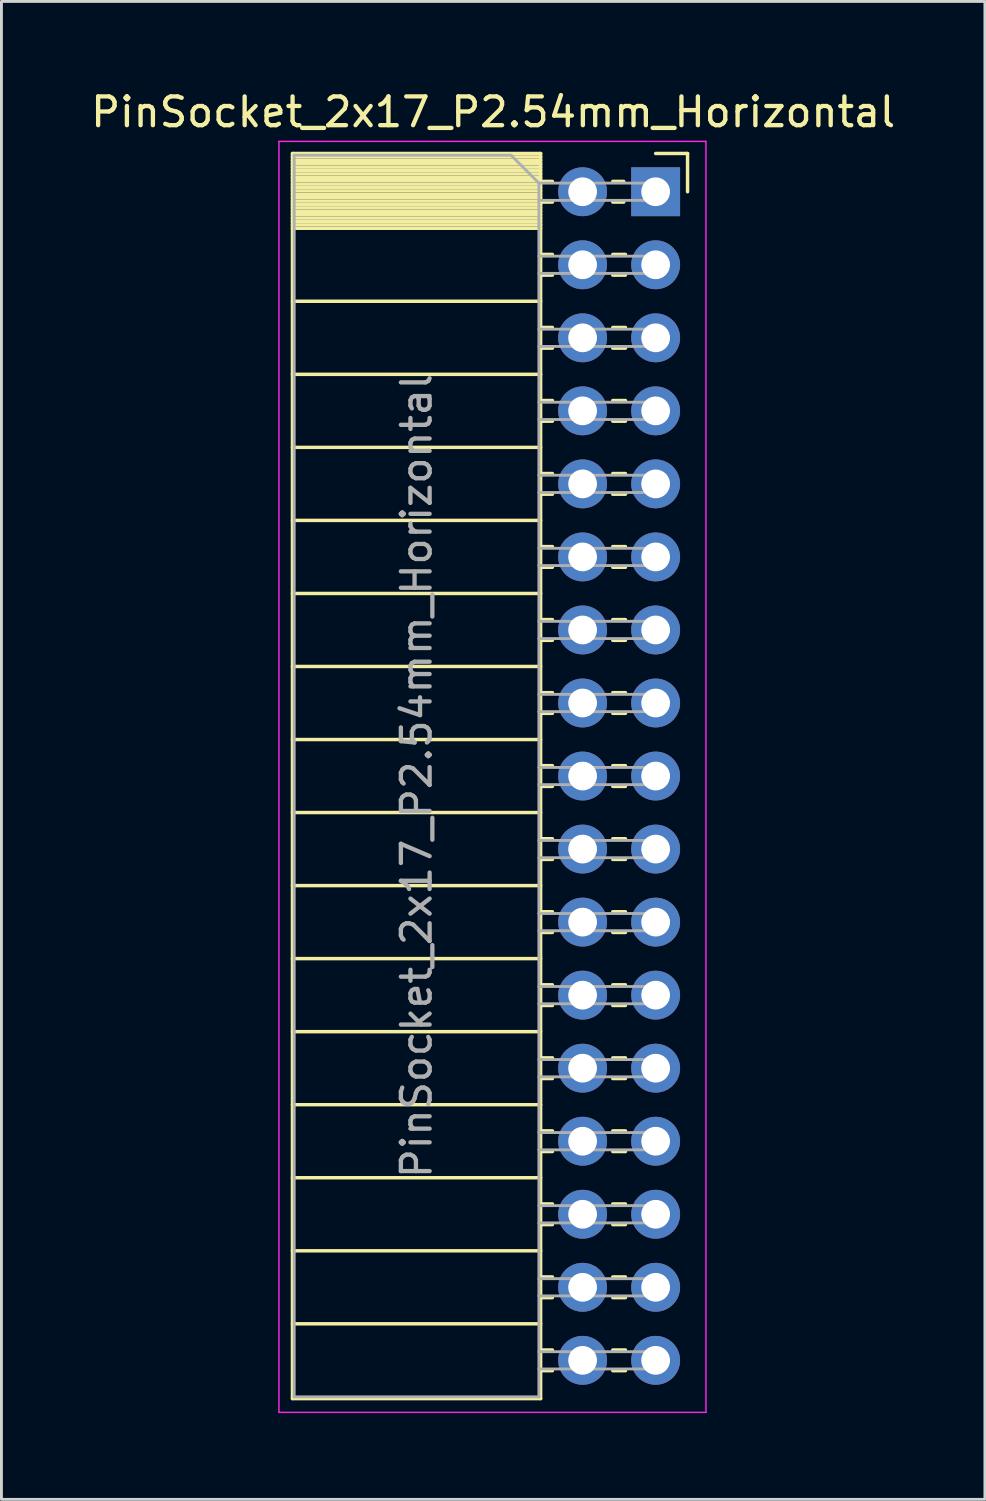
<source format=kicad_pcb>
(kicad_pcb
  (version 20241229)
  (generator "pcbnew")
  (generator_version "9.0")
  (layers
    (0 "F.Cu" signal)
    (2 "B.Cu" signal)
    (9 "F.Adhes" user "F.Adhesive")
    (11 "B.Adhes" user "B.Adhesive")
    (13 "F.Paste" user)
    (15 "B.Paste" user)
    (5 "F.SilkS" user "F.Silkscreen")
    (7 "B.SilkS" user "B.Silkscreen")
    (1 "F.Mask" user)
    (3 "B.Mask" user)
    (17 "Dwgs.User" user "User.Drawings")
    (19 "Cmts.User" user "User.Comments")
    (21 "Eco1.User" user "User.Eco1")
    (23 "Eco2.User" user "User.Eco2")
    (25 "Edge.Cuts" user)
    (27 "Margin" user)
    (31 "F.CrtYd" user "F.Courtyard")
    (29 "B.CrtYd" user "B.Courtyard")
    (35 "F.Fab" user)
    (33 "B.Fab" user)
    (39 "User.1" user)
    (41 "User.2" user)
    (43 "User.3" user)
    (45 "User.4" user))
  (footprint "PinSocket_2x17_P2.54mm_Horizontal"
    (layer "F.Cu")
    (at 19.751 3.618)
    (property "Reference" "PinSocket_2x17_P2.54mm_Horizontal" (at -5.65 -2.77 0) (layer "F.SilkS") (effects (font (size 1 1) (thickness 0.15))))
    (attr through_hole)
    (fp_line (start -12.63 -1.33) (end -12.63 41.97) (stroke (width 0.12) (type solid)) (layer "F.SilkS"))
    (fp_line (start -12.63 -1.33) (end -4 -1.33) (stroke (width 0.12) (type solid)) (layer "F.SilkS"))
    (fp_line (start -12.63 -1.21) (end -4 -1.21) (stroke (width 0.12) (type solid)) (layer "F.SilkS"))
    (fp_line (start -12.63 -1.092) (end -4 -1.092) (stroke (width 0.12) (type solid)) (layer "F.SilkS"))
    (fp_line (start -12.63 -0.974) (end -4 -0.974) (stroke (width 0.12) (type solid)) (layer "F.SilkS"))
    (fp_line (start -12.63 -0.856) (end -4 -0.856) (stroke (width 0.12) (type solid)) (layer "F.SilkS"))
    (fp_line (start -12.63 -0.738) (end -4 -0.738) (stroke (width 0.12) (type solid)) (layer "F.SilkS"))
    (fp_line (start -12.63 -0.62) (end -4 -0.62) (stroke (width 0.12) (type solid)) (layer "F.SilkS"))
    (fp_line (start -12.63 -0.501) (end -4 -0.501) (stroke (width 0.12) (type solid)) (layer "F.SilkS"))
    (fp_line (start -12.63 -0.383) (end -4 -0.383) (stroke (width 0.12) (type solid)) (layer "F.SilkS"))
    (fp_line (start -12.63 -0.265) (end -4 -0.265) (stroke (width 0.12) (type solid)) (layer "F.SilkS"))
    (fp_line (start -12.63 -0.147) (end -4 -0.147) (stroke (width 0.12) (type solid)) (layer "F.SilkS"))
    (fp_line (start -12.63 -0.029) (end -4 -0.029) (stroke (width 0.12) (type solid)) (layer "F.SilkS"))
    (fp_line (start -12.63 0.089) (end -4 0.089) (stroke (width 0.12) (type solid)) (layer "F.SilkS"))
    (fp_line (start -12.63 0.207) (end -4 0.207) (stroke (width 0.12) (type solid)) (layer "F.SilkS"))
    (fp_line (start -12.63 0.325) (end -4 0.325) (stroke (width 0.12) (type solid)) (layer "F.SilkS"))
    (fp_line (start -12.63 0.443) (end -4 0.443) (stroke (width 0.12) (type solid)) (layer "F.SilkS"))
    (fp_line (start -12.63 0.561) (end -4 0.561) (stroke (width 0.12) (type solid)) (layer "F.SilkS"))
    (fp_line (start -12.63 0.68) (end -4 0.68) (stroke (width 0.12) (type solid)) (layer "F.SilkS"))
    (fp_line (start -12.63 0.798) (end -4 0.798) (stroke (width 0.12) (type solid)) (layer "F.SilkS"))
    (fp_line (start -12.63 0.916) (end -4 0.916) (stroke (width 0.12) (type solid)) (layer "F.SilkS"))
    (fp_line (start -12.63 1.034) (end -4 1.034) (stroke (width 0.12) (type solid)) (layer "F.SilkS"))
    (fp_line (start -12.63 1.152) (end -4 1.152) (stroke (width 0.12) (type solid)) (layer "F.SilkS"))
    (fp_line (start -12.63 1.27) (end -4 1.27) (stroke (width 0.12) (type solid)) (layer "F.SilkS"))
    (fp_line (start -12.63 3.81) (end -4 3.81) (stroke (width 0.12) (type solid)) (layer "F.SilkS"))
    (fp_line (start -12.63 6.35) (end -4 6.35) (stroke (width 0.12) (type solid)) (layer "F.SilkS"))
    (fp_line (start -12.63 8.89) (end -4 8.89) (stroke (width 0.12) (type solid)) (layer "F.SilkS"))
    (fp_line (start -12.63 11.43) (end -4 11.43) (stroke (width 0.12) (type solid)) (layer "F.SilkS"))
    (fp_line (start -12.63 13.97) (end -4 13.97) (stroke (width 0.12) (type solid)) (layer "F.SilkS"))
    (fp_line (start -12.63 16.51) (end -4 16.51) (stroke (width 0.12) (type solid)) (layer "F.SilkS"))
    (fp_line (start -12.63 19.05) (end -4 19.05) (stroke (width 0.12) (type solid)) (layer "F.SilkS"))
    (fp_line (start -12.63 21.59) (end -4 21.59) (stroke (width 0.12) (type solid)) (layer "F.SilkS"))
    (fp_line (start -12.63 24.13) (end -4 24.13) (stroke (width 0.12) (type solid)) (layer "F.SilkS"))
    (fp_line (start -12.63 26.67) (end -4 26.67) (stroke (width 0.12) (type solid)) (layer "F.SilkS"))
    (fp_line (start -12.63 29.21) (end -4 29.21) (stroke (width 0.12) (type solid)) (layer "F.SilkS"))
    (fp_line (start -12.63 31.75) (end -4 31.75) (stroke (width 0.12) (type solid)) (layer "F.SilkS"))
    (fp_line (start -12.63 34.29) (end -4 34.29) (stroke (width 0.12) (type solid)) (layer "F.SilkS"))
    (fp_line (start -12.63 36.83) (end -4 36.83) (stroke (width 0.12) (type solid)) (layer "F.SilkS"))
    (fp_line (start -12.63 39.37) (end -4 39.37) (stroke (width 0.12) (type solid)) (layer "F.SilkS"))
    (fp_line (start -12.63 41.97) (end -4 41.97) (stroke (width 0.12) (type solid)) (layer "F.SilkS"))
    (fp_line (start -4 -1.33) (end -4 41.97) (stroke (width 0.12) (type solid)) (layer "F.SilkS"))
    (fp_line (start -4 -0.36) (end -3.59 -0.36) (stroke (width 0.12) (type solid)) (layer "F.SilkS"))
    (fp_line (start -4 0.36) (end -3.59 0.36) (stroke (width 0.12) (type solid)) (layer "F.SilkS"))
    (fp_line (start -4 2.18) (end -3.59 2.18) (stroke (width 0.12) (type solid)) (layer "F.SilkS"))
    (fp_line (start -4 2.9) (end -3.59 2.9) (stroke (width 0.12) (type solid)) (layer "F.SilkS"))
    (fp_line (start -4 4.72) (end -3.59 4.72) (stroke (width 0.12) (type solid)) (layer "F.SilkS"))
    (fp_line (start -4 5.44) (end -3.59 5.44) (stroke (width 0.12) (type solid)) (layer "F.SilkS"))
    (fp_line (start -4 7.26) (end -3.59 7.26) (stroke (width 0.12) (type solid)) (layer "F.SilkS"))
    (fp_line (start -4 7.98) (end -3.59 7.98) (stroke (width 0.12) (type solid)) (layer "F.SilkS"))
    (fp_line (start -4 9.8) (end -3.59 9.8) (stroke (width 0.12) (type solid)) (layer "F.SilkS"))
    (fp_line (start -4 10.52) (end -3.59 10.52) (stroke (width 0.12) (type solid)) (layer "F.SilkS"))
    (fp_line (start -4 12.34) (end -3.59 12.34) (stroke (width 0.12) (type solid)) (layer "F.SilkS"))
    (fp_line (start -4 13.06) (end -3.59 13.06) (stroke (width 0.12) (type solid)) (layer "F.SilkS"))
    (fp_line (start -4 14.88) (end -3.59 14.88) (stroke (width 0.12) (type solid)) (layer "F.SilkS"))
    (fp_line (start -4 15.6) (end -3.59 15.6) (stroke (width 0.12) (type solid)) (layer "F.SilkS"))
    (fp_line (start -4 17.42) (end -3.59 17.42) (stroke (width 0.12) (type solid)) (layer "F.SilkS"))
    (fp_line (start -4 18.14) (end -3.59 18.14) (stroke (width 0.12) (type solid)) (layer "F.SilkS"))
    (fp_line (start -4 19.96) (end -3.59 19.96) (stroke (width 0.12) (type solid)) (layer "F.SilkS"))
    (fp_line (start -4 20.68) (end -3.59 20.68) (stroke (width 0.12) (type solid)) (layer "F.SilkS"))
    (fp_line (start -4 22.5) (end -3.59 22.5) (stroke (width 0.12) (type solid)) (layer "F.SilkS"))
    (fp_line (start -4 23.22) (end -3.59 23.22) (stroke (width 0.12) (type solid)) (layer "F.SilkS"))
    (fp_line (start -4 25.04) (end -3.59 25.04) (stroke (width 0.12) (type solid)) (layer "F.SilkS"))
    (fp_line (start -4 25.76) (end -3.59 25.76) (stroke (width 0.12) (type solid)) (layer "F.SilkS"))
    (fp_line (start -4 27.58) (end -3.59 27.58) (stroke (width 0.12) (type solid)) (layer "F.SilkS"))
    (fp_line (start -4 28.3) (end -3.59 28.3) (stroke (width 0.12) (type solid)) (layer "F.SilkS"))
    (fp_line (start -4 30.12) (end -3.59 30.12) (stroke (width 0.12) (type solid)) (layer "F.SilkS"))
    (fp_line (start -4 30.84) (end -3.59 30.84) (stroke (width 0.12) (type solid)) (layer "F.SilkS"))
    (fp_line (start -4 32.66) (end -3.59 32.66) (stroke (width 0.12) (type solid)) (layer "F.SilkS"))
    (fp_line (start -4 33.38) (end -3.59 33.38) (stroke (width 0.12) (type solid)) (layer "F.SilkS"))
    (fp_line (start -4 35.2) (end -3.59 35.2) (stroke (width 0.12) (type solid)) (layer "F.SilkS"))
    (fp_line (start -4 35.92) (end -3.59 35.92) (stroke (width 0.12) (type solid)) (layer "F.SilkS"))
    (fp_line (start -4 37.74) (end -3.59 37.74) (stroke (width 0.12) (type solid)) (layer "F.SilkS"))
    (fp_line (start -4 38.46) (end -3.59 38.46) (stroke (width 0.12) (type solid)) (layer "F.SilkS"))
    (fp_line (start -4 40.28) (end -3.59 40.28) (stroke (width 0.12) (type solid)) (layer "F.SilkS"))
    (fp_line (start -4 41) (end -3.59 41) (stroke (width 0.12) (type solid)) (layer "F.SilkS"))
    (fp_line (start -1.49 -0.36) (end -1.11 -0.36) (stroke (width 0.12) (type solid)) (layer "F.SilkS"))
    (fp_line (start -1.49 0.36) (end -1.11 0.36) (stroke (width 0.12) (type solid)) (layer "F.SilkS"))
    (fp_line (start -1.49 2.18) (end -1.05 2.18) (stroke (width 0.12) (type solid)) (layer "F.SilkS"))
    (fp_line (start -1.49 2.9) (end -1.05 2.9) (stroke (width 0.12) (type solid)) (layer "F.SilkS"))
    (fp_line (start -1.49 4.72) (end -1.05 4.72) (stroke (width 0.12) (type solid)) (layer "F.SilkS"))
    (fp_line (start -1.49 5.44) (end -1.05 5.44) (stroke (width 0.12) (type solid)) (layer "F.SilkS"))
    (fp_line (start -1.49 7.26) (end -1.05 7.26) (stroke (width 0.12) (type solid)) (layer "F.SilkS"))
    (fp_line (start -1.49 7.98) (end -1.05 7.98) (stroke (width 0.12) (type solid)) (layer "F.SilkS"))
    (fp_line (start -1.49 9.8) (end -1.05 9.8) (stroke (width 0.12) (type solid)) (layer "F.SilkS"))
    (fp_line (start -1.49 10.52) (end -1.05 10.52) (stroke (width 0.12) (type solid)) (layer "F.SilkS"))
    (fp_line (start -1.49 12.34) (end -1.05 12.34) (stroke (width 0.12) (type solid)) (layer "F.SilkS"))
    (fp_line (start -1.49 13.06) (end -1.05 13.06) (stroke (width 0.12) (type solid)) (layer "F.SilkS"))
    (fp_line (start -1.49 14.88) (end -1.05 14.88) (stroke (width 0.12) (type solid)) (layer "F.SilkS"))
    (fp_line (start -1.49 15.6) (end -1.05 15.6) (stroke (width 0.12) (type solid)) (layer "F.SilkS"))
    (fp_line (start -1.49 17.42) (end -1.05 17.42) (stroke (width 0.12) (type solid)) (layer "F.SilkS"))
    (fp_line (start -1.49 18.14) (end -1.05 18.14) (stroke (width 0.12) (type solid)) (layer "F.SilkS"))
    (fp_line (start -1.49 19.96) (end -1.05 19.96) (stroke (width 0.12) (type solid)) (layer "F.SilkS"))
    (fp_line (start -1.49 20.68) (end -1.05 20.68) (stroke (width 0.12) (type solid)) (layer "F.SilkS"))
    (fp_line (start -1.49 22.5) (end -1.05 22.5) (stroke (width 0.12) (type solid)) (layer "F.SilkS"))
    (fp_line (start -1.49 23.22) (end -1.05 23.22) (stroke (width 0.12) (type solid)) (layer "F.SilkS"))
    (fp_line (start -1.49 25.04) (end -1.05 25.04) (stroke (width 0.12) (type solid)) (layer "F.SilkS"))
    (fp_line (start -1.49 25.76) (end -1.05 25.76) (stroke (width 0.12) (type solid)) (layer "F.SilkS"))
    (fp_line (start -1.49 27.58) (end -1.05 27.58) (stroke (width 0.12) (type solid)) (layer "F.SilkS"))
    (fp_line (start -1.49 28.3) (end -1.05 28.3) (stroke (width 0.12) (type solid)) (layer "F.SilkS"))
    (fp_line (start -1.49 30.12) (end -1.05 30.12) (stroke (width 0.12) (type solid)) (layer "F.SilkS"))
    (fp_line (start -1.49 30.84) (end -1.05 30.84) (stroke (width 0.12) (type solid)) (layer "F.SilkS"))
    (fp_line (start -1.49 32.66) (end -1.05 32.66) (stroke (width 0.12) (type solid)) (layer "F.SilkS"))
    (fp_line (start -1.49 33.38) (end -1.05 33.38) (stroke (width 0.12) (type solid)) (layer "F.SilkS"))
    (fp_line (start -1.49 35.2) (end -1.05 35.2) (stroke (width 0.12) (type solid)) (layer "F.SilkS"))
    (fp_line (start -1.49 35.92) (end -1.05 35.92) (stroke (width 0.12) (type solid)) (layer "F.SilkS"))
    (fp_line (start -1.49 37.74) (end -1.05 37.74) (stroke (width 0.12) (type solid)) (layer "F.SilkS"))
    (fp_line (start -1.49 38.46) (end -1.05 38.46) (stroke (width 0.12) (type solid)) (layer "F.SilkS"))
    (fp_line (start -1.49 40.28) (end -1.05 40.28) (stroke (width 0.12) (type solid)) (layer "F.SilkS"))
    (fp_line (start -1.49 41) (end -1.05 41) (stroke (width 0.12) (type solid)) (layer "F.SilkS"))
    (fp_line (start 0 -1.33) (end 1.11 -1.33) (stroke (width 0.12) (type solid)) (layer "F.SilkS"))
    (fp_line (start 1.11 -1.33) (end 1.11 0) (stroke (width 0.12) (type solid)) (layer "F.SilkS"))
    (fp_line (start -13.1 -1.75) (end -13.1 42.45) (stroke (width 0.05) (type solid)) (layer "F.CrtYd"))
    (fp_line (start -13.1 42.45) (end 1.75 42.45) (stroke (width 0.05) (type solid)) (layer "F.CrtYd"))
    (fp_line (start 1.75 -1.75) (end -13.1 -1.75) (stroke (width 0.05) (type solid)) (layer "F.CrtYd"))
    (fp_line (start 1.75 42.45) (end 1.75 -1.75) (stroke (width 0.05) (type solid)) (layer "F.CrtYd"))
    (fp_line (start -12.57 -1.27) (end -5.03 -1.27) (stroke (width 0.1) (type solid)) (layer "F.Fab"))
    (fp_line (start -12.57 41.91) (end -12.57 -1.27) (stroke (width 0.1) (type solid)) (layer "F.Fab"))
    (fp_line (start -5.03 -1.27) (end -4.06 -0.3) (stroke (width 0.1) (type solid)) (layer "F.Fab"))
    (fp_line (start -4.06 -0.3) (end -4.06 41.91) (stroke (width 0.1) (type solid)) (layer "F.Fab"))
    (fp_line (start -4.06 0.3) (end 0 0.3) (stroke (width 0.1) (type solid)) (layer "F.Fab"))
    (fp_line (start -4.06 2.84) (end 0 2.84) (stroke (width 0.1) (type solid)) (layer "F.Fab"))
    (fp_line (start -4.06 5.38) (end 0 5.38) (stroke (width 0.1) (type solid)) (layer "F.Fab"))
    (fp_line (start -4.06 7.92) (end 0 7.92) (stroke (width 0.1) (type solid)) (layer "F.Fab"))
    (fp_line (start -4.06 10.46) (end 0 10.46) (stroke (width 0.1) (type solid)) (layer "F.Fab"))
    (fp_line (start -4.06 13) (end 0 13) (stroke (width 0.1) (type solid)) (layer "F.Fab"))
    (fp_line (start -4.06 15.54) (end 0 15.54) (stroke (width 0.1) (type solid)) (layer "F.Fab"))
    (fp_line (start -4.06 18.08) (end 0 18.08) (stroke (width 0.1) (type solid)) (layer "F.Fab"))
    (fp_line (start -4.06 20.62) (end 0 20.62) (stroke (width 0.1) (type solid)) (layer "F.Fab"))
    (fp_line (start -4.06 23.16) (end 0 23.16) (stroke (width 0.1) (type solid)) (layer "F.Fab"))
    (fp_line (start -4.06 25.7) (end 0 25.7) (stroke (width 0.1) (type solid)) (layer "F.Fab"))
    (fp_line (start -4.06 28.24) (end 0 28.24) (stroke (width 0.1) (type solid)) (layer "F.Fab"))
    (fp_line (start -4.06 30.78) (end 0 30.78) (stroke (width 0.1) (type solid)) (layer "F.Fab"))
    (fp_line (start -4.06 33.32) (end 0 33.32) (stroke (width 0.1) (type solid)) (layer "F.Fab"))
    (fp_line (start -4.06 35.86) (end 0 35.86) (stroke (width 0.1) (type solid)) (layer "F.Fab"))
    (fp_line (start -4.06 38.4) (end 0 38.4) (stroke (width 0.1) (type solid)) (layer "F.Fab"))
    (fp_line (start -4.06 40.94) (end 0 40.94) (stroke (width 0.1) (type solid)) (layer "F.Fab"))
    (fp_line (start -4.06 41.91) (end -12.57 41.91) (stroke (width 0.1) (type solid)) (layer "F.Fab"))
    (fp_line (start 0 -0.3) (end -4.06 -0.3) (stroke (width 0.1) (type solid)) (layer "F.Fab"))
    (fp_line (start 0 0.3) (end 0 -0.3) (stroke (width 0.1) (type solid)) (layer "F.Fab"))
    (fp_line (start 0 2.24) (end -4.06 2.24) (stroke (width 0.1) (type solid)) (layer "F.Fab"))
    (fp_line (start 0 2.84) (end 0 2.24) (stroke (width 0.1) (type solid)) (layer "F.Fab"))
    (fp_line (start 0 4.78) (end -4.06 4.78) (stroke (width 0.1) (type solid)) (layer "F.Fab"))
    (fp_line (start 0 5.38) (end 0 4.78) (stroke (width 0.1) (type solid)) (layer "F.Fab"))
    (fp_line (start 0 7.32) (end -4.06 7.32) (stroke (width 0.1) (type solid)) (layer "F.Fab"))
    (fp_line (start 0 7.92) (end 0 7.32) (stroke (width 0.1) (type solid)) (layer "F.Fab"))
    (fp_line (start 0 9.86) (end -4.06 9.86) (stroke (width 0.1) (type solid)) (layer "F.Fab"))
    (fp_line (start 0 10.46) (end 0 9.86) (stroke (width 0.1) (type solid)) (layer "F.Fab"))
    (fp_line (start 0 12.4) (end -4.06 12.4) (stroke (width 0.1) (type solid)) (layer "F.Fab"))
    (fp_line (start 0 13) (end 0 12.4) (stroke (width 0.1) (type solid)) (layer "F.Fab"))
    (fp_line (start 0 14.94) (end -4.06 14.94) (stroke (width 0.1) (type solid)) (layer "F.Fab"))
    (fp_line (start 0 15.54) (end 0 14.94) (stroke (width 0.1) (type solid)) (layer "F.Fab"))
    (fp_line (start 0 17.48) (end -4.06 17.48) (stroke (width 0.1) (type solid)) (layer "F.Fab"))
    (fp_line (start 0 18.08) (end 0 17.48) (stroke (width 0.1) (type solid)) (layer "F.Fab"))
    (fp_line (start 0 20.02) (end -4.06 20.02) (stroke (width 0.1) (type solid)) (layer "F.Fab"))
    (fp_line (start 0 20.62) (end 0 20.02) (stroke (width 0.1) (type solid)) (layer "F.Fab"))
    (fp_line (start 0 22.56) (end -4.06 22.56) (stroke (width 0.1) (type solid)) (layer "F.Fab"))
    (fp_line (start 0 23.16) (end 0 22.56) (stroke (width 0.1) (type solid)) (layer "F.Fab"))
    (fp_line (start 0 25.1) (end -4.06 25.1) (stroke (width 0.1) (type solid)) (layer "F.Fab"))
    (fp_line (start 0 25.7) (end 0 25.1) (stroke (width 0.1) (type solid)) (layer "F.Fab"))
    (fp_line (start 0 27.64) (end -4.06 27.64) (stroke (width 0.1) (type solid)) (layer "F.Fab"))
    (fp_line (start 0 28.24) (end 0 27.64) (stroke (width 0.1) (type solid)) (layer "F.Fab"))
    (fp_line (start 0 30.18) (end -4.06 30.18) (stroke (width 0.1) (type solid)) (layer "F.Fab"))
    (fp_line (start 0 30.78) (end 0 30.18) (stroke (width 0.1) (type solid)) (layer "F.Fab"))
    (fp_line (start 0 32.72) (end -4.06 32.72) (stroke (width 0.1) (type solid)) (layer "F.Fab"))
    (fp_line (start 0 33.32) (end 0 32.72) (stroke (width 0.1) (type solid)) (layer "F.Fab"))
    (fp_line (start 0 35.26) (end -4.06 35.26) (stroke (width 0.1) (type solid)) (layer "F.Fab"))
    (fp_line (start 0 35.86) (end 0 35.26) (stroke (width 0.1) (type solid)) (layer "F.Fab"))
    (fp_line (start 0 37.8) (end -4.06 37.8) (stroke (width 0.1) (type solid)) (layer "F.Fab"))
    (fp_line (start 0 38.4) (end 0 37.8) (stroke (width 0.1) (type solid)) (layer "F.Fab"))
    (fp_line (start 0 40.34) (end -4.06 40.34) (stroke (width 0.1) (type solid)) (layer "F.Fab"))
    (fp_line (start 0 40.94) (end 0 40.34) (stroke (width 0.1) (type solid)) (layer "F.Fab"))
    (fp_text user "${REFERENCE}" (at -8.315 20.32 90) (layer "F.Fab") (effects (font (size 1 1) (thickness 0.15))))
    (pad "1" thru_hole rect (at 0 0) (size 1.7 1.7) (drill 1) (layers "*.Cu" "*.Mask"))
    (pad "2" thru_hole circle (at -2.54 0) (size 1.7 1.7) (drill 1) (layers "*.Cu" "*.Mask"))
    (pad "3" thru_hole circle (at 0 2.54) (size 1.7 1.7) (drill 1) (layers "*.Cu" "*.Mask"))
    (pad "4" thru_hole circle (at -2.54 2.54) (size 1.7 1.7) (drill 1) (layers "*.Cu" "*.Mask"))
    (pad "5" thru_hole circle (at 0 5.08) (size 1.7 1.7) (drill 1) (layers "*.Cu" "*.Mask"))
    (pad "6" thru_hole circle (at -2.54 5.08) (size 1.7 1.7) (drill 1) (layers "*.Cu" "*.Mask"))
    (pad "7" thru_hole circle (at 0 7.62) (size 1.7 1.7) (drill 1) (layers "*.Cu" "*.Mask"))
    (pad "8" thru_hole circle (at -2.54 7.62) (size 1.7 1.7) (drill 1) (layers "*.Cu" "*.Mask"))
    (pad "9" thru_hole circle (at 0 10.16) (size 1.7 1.7) (drill 1) (layers "*.Cu" "*.Mask"))
    (pad "10" thru_hole circle (at -2.54 10.16) (size 1.7 1.7) (drill 1) (layers "*.Cu" "*.Mask"))
    (pad "11" thru_hole circle (at 0 12.7) (size 1.7 1.7) (drill 1) (layers "*.Cu" "*.Mask"))
    (pad "12" thru_hole circle (at -2.54 12.7) (size 1.7 1.7) (drill 1) (layers "*.Cu" "*.Mask"))
    (pad "13" thru_hole circle (at 0 15.24) (size 1.7 1.7) (drill 1) (layers "*.Cu" "*.Mask"))
    (pad "14" thru_hole circle (at -2.54 15.24) (size 1.7 1.7) (drill 1) (layers "*.Cu" "*.Mask"))
    (pad "15" thru_hole circle (at 0 17.78) (size 1.7 1.7) (drill 1) (layers "*.Cu" "*.Mask"))
    (pad "16" thru_hole circle (at -2.54 17.78) (size 1.7 1.7) (drill 1) (layers "*.Cu" "*.Mask"))
    (pad "17" thru_hole circle (at 0 20.32) (size 1.7 1.7) (drill 1) (layers "*.Cu" "*.Mask"))
    (pad "18" thru_hole circle (at -2.54 20.32) (size 1.7 1.7) (drill 1) (layers "*.Cu" "*.Mask"))
    (pad "19" thru_hole circle (at 0 22.86) (size 1.7 1.7) (drill 1) (layers "*.Cu" "*.Mask"))
    (pad "20" thru_hole circle (at -2.54 22.86) (size 1.7 1.7) (drill 1) (layers "*.Cu" "*.Mask"))
    (pad "21" thru_hole circle (at 0 25.4) (size 1.7 1.7) (drill 1) (layers "*.Cu" "*.Mask"))
    (pad "22" thru_hole circle (at -2.54 25.4) (size 1.7 1.7) (drill 1) (layers "*.Cu" "*.Mask"))
    (pad "23" thru_hole circle (at 0 27.94) (size 1.7 1.7) (drill 1) (layers "*.Cu" "*.Mask"))
    (pad "24" thru_hole circle (at -2.54 27.94) (size 1.7 1.7) (drill 1) (layers "*.Cu" "*.Mask"))
    (pad "25" thru_hole circle (at 0 30.48) (size 1.7 1.7) (drill 1) (layers "*.Cu" "*.Mask"))
    (pad "26" thru_hole circle (at -2.54 30.48) (size 1.7 1.7) (drill 1) (layers "*.Cu" "*.Mask"))
    (pad "27" thru_hole circle (at 0 33.02) (size 1.7 1.7) (drill 1) (layers "*.Cu" "*.Mask"))
    (pad "28" thru_hole circle (at -2.54 33.02) (size 1.7 1.7) (drill 1) (layers "*.Cu" "*.Mask"))
    (pad "29" thru_hole circle (at 0 35.56) (size 1.7 1.7) (drill 1) (layers "*.Cu" "*.Mask"))
    (pad "30" thru_hole circle (at -2.54 35.56) (size 1.7 1.7) (drill 1) (layers "*.Cu" "*.Mask"))
    (pad "31" thru_hole circle (at 0 38.1) (size 1.7 1.7) (drill 1) (layers "*.Cu" "*.Mask"))
    (pad "32" thru_hole circle (at -2.54 38.1) (size 1.7 1.7) (drill 1) (layers "*.Cu" "*.Mask"))
    (pad "33" thru_hole circle (at 0 40.64) (size 1.7 1.7) (drill 1) (layers "*.Cu" "*.Mask"))
    (pad "34" thru_hole circle (at -2.54 40.64) (size 1.7 1.7) (drill 1) (layers "*.Cu" "*.Mask")))
  (gr_rect
    (start -3 -3)
    (end 31.202 49.093)
    (stroke (width 0.1) (type default))
    (fill no)
    (layer "Edge.Cuts")))
</source>
